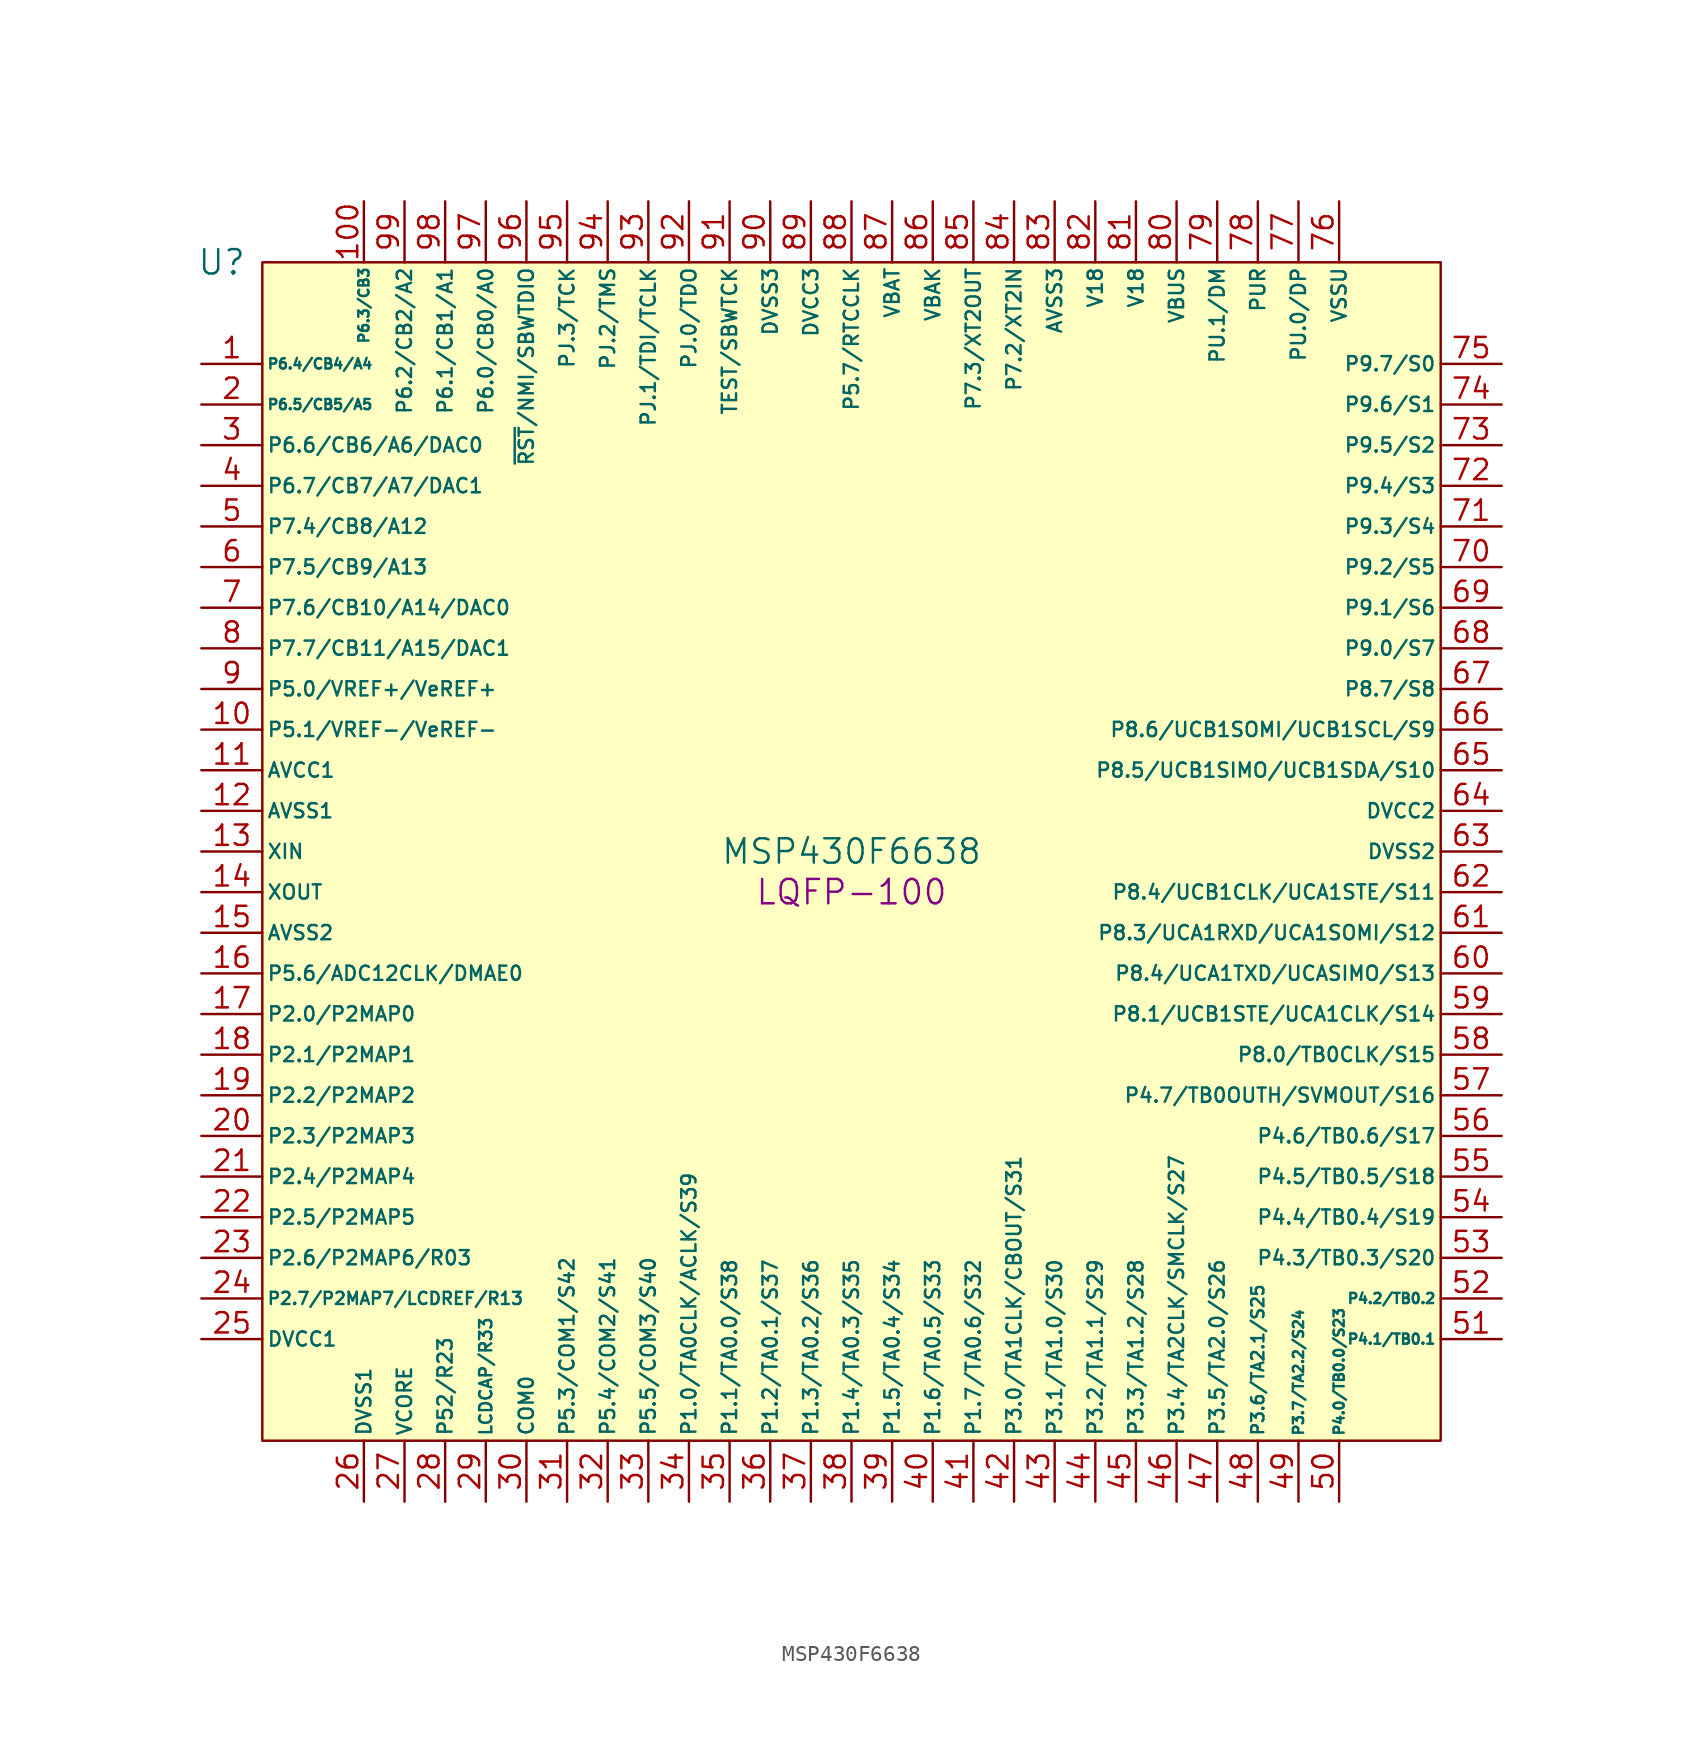
<source format=kicad_sym>
(kicad_symbol_lib
  (version 20220914)
  (generator kicad_symbol_editor)
  (symbol "MSP430F6638"
    (pin_names
      (offset 0.254))
    (property "Reference" "U"
      (at -39.37 36.83 0)
      (effects (font (size 1.524 1.524))))
    (property "Value" "MSP430F6638"
      (at 0 0 0)
      (effects (font (size 1.524 1.524))))
    (property "Footprint" "LQFP-100"
      (at 0 -2.54 0)
      (effects (font (size 1.524 1.524))))
    (property "Datasheet" ""
      (at 0 0 0)
      (effects (font (size 1.524 1.524))))
    (symbol "MSP430F6638_0_1"
      (rectangle (start -36.83 -36.83) (end 36.83 36.83) (stroke (width 0) (type default)) (fill (type background))))
    (symbol "MSP430F6638_1_1"
      (pin input line (at -40.64 30.48 0) (length 3.81) (name "P6.4/CB4/A4" (effects (font (size 0.635 0.635)))) (number "1" (effects (font (size 1.27 1.27)))))
      (pin input line (at -40.64 7.62 0) (length 3.81) (name "P5.1/VREF-/VeREF-" (effects (font (size 0.889 0.889)))) (number "10" (effects (font (size 1.27 1.27)))))
      (pin input line (at -30.48 40.64 270) (length 3.81) (name "P6.3/CB3" (effects (font (size 0.635 0.635)))) (number "100" (effects (font (size 1.27 1.27)))))
      (pin input line (at -40.64 5.08 0) (length 3.81) (name "AVCC1" (effects (font (size 0.889 0.889)))) (number "11" (effects (font (size 1.27 1.27)))))
      (pin input line (at -40.64 2.54 0) (length 3.81) (name "AVSS1" (effects (font (size 0.889 0.889)))) (number "12" (effects (font (size 1.27 1.27)))))
      (pin input line (at -40.64 0 0) (length 3.81) (name "XIN" (effects (font (size 0.889 0.889)))) (number "13" (effects (font (size 1.27 1.27)))))
      (pin input line (at -40.64 -2.54 0) (length 3.81) (name "XOUT" (effects (font (size 0.889 0.889)))) (number "14" (effects (font (size 1.27 1.27)))))
      (pin input line (at -40.64 -5.08 0) (length 3.81) (name "AVSS2" (effects (font (size 0.889 0.889)))) (number "15" (effects (font (size 1.27 1.27)))))
      (pin input line (at -40.64 -7.62 0) (length 3.81) (name "P5.6/ADC12CLK/DMAE0" (effects (font (size 0.889 0.889)))) (number "16" (effects (font (size 1.27 1.27)))))
      (pin input line (at -40.64 -10.16 0) (length 3.81) (name "P2.0/P2MAP0" (effects (font (size 0.889 0.889)))) (number "17" (effects (font (size 1.27 1.27)))))
      (pin input line (at -40.64 -12.7 0) (length 3.81) (name "P2.1/P2MAP1" (effects (font (size 0.889 0.889)))) (number "18" (effects (font (size 1.27 1.27)))))
      (pin input line (at -40.64 -15.24 0) (length 3.81) (name "P2.2/P2MAP2" (effects (font (size 0.889 0.889)))) (number "19" (effects (font (size 1.27 1.27)))))
      (pin input line (at -40.64 27.94 0) (length 3.81) (name "P6.5/CB5/A5" (effects (font (size 0.635 0.635)))) (number "2" (effects (font (size 1.27 1.27)))))
      (pin input line (at -40.64 -17.78 0) (length 3.81) (name "P2.3/P2MAP3" (effects (font (size 0.889 0.889)))) (number "20" (effects (font (size 1.27 1.27)))))
      (pin input line (at -40.64 -20.32 0) (length 3.81) (name "P2.4/P2MAP4" (effects (font (size 0.889 0.889)))) (number "21" (effects (font (size 1.27 1.27)))))
      (pin input line (at -40.64 -22.86 0) (length 3.81) (name "P2.5/P2MAP5" (effects (font (size 0.889 0.889)))) (number "22" (effects (font (size 1.27 1.27)))))
      (pin input line (at -40.64 -25.4 0) (length 3.81) (name "P2.6/P2MAP6/R03" (effects (font (size 0.889 0.889)))) (number "23" (effects (font (size 1.27 1.27)))))
      (pin input line (at -40.64 -27.94 0) (length 3.81) (name "P2.7/P2MAP7/LCDREF/R13" (effects (font (size 0.762 0.762)))) (number "24" (effects (font (size 1.27 1.27)))))
      (pin input line (at -40.64 -30.48 0) (length 3.81) (name "DVCC1" (effects (font (size 0.889 0.889)))) (number "25" (effects (font (size 1.27 1.27)))))
      (pin input line (at -30.48 -40.64 90) (length 3.81) (name "DVSS1" (effects (font (size 0.889 0.889)))) (number "26" (effects (font (size 1.27 1.27)))))
      (pin input line (at -27.94 -40.64 90) (length 3.81) (name "VCORE" (effects (font (size 0.889 0.889)))) (number "27" (effects (font (size 1.27 1.27)))))
      (pin input line (at -25.4 -40.64 90) (length 3.81) (name "P52/R23" (effects (font (size 0.889 0.889)))) (number "28" (effects (font (size 1.27 1.27)))))
      (pin input line (at -22.86 -40.64 90) (length 3.81) (name "LCDCAP/R33" (effects (font (size 0.762 0.762)))) (number "29" (effects (font (size 1.27 1.27)))))
      (pin input line (at -40.64 25.4 0) (length 3.81) (name "P6.6/CB6/A6/DAC0" (effects (font (size 0.889 0.889)))) (number "3" (effects (font (size 1.27 1.27)))))
      (pin input line (at -20.32 -40.64 90) (length 3.81) (name "COM0" (effects (font (size 0.889 0.889)))) (number "30" (effects (font (size 1.27 1.27)))))
      (pin input line (at -17.78 -40.64 90) (length 3.81) (name "P5.3/COM1/S42" (effects (font (size 0.889 0.889)))) (number "31" (effects (font (size 1.27 1.27)))))
      (pin input line (at -15.24 -40.64 90) (length 3.81) (name "P5.4/COM2/S41" (effects (font (size 0.889 0.889)))) (number "32" (effects (font (size 1.27 1.27)))))
      (pin input line (at -12.7 -40.64 90) (length 3.81) (name "P5.5/COM3/S40" (effects (font (size 0.889 0.889)))) (number "33" (effects (font (size 1.27 1.27)))))
      (pin input line (at -10.16 -40.64 90) (length 3.81) (name "P1.0/TA0CLK/ACLK/S39" (effects (font (size 0.889 0.889)))) (number "34" (effects (font (size 1.27 1.27)))))
      (pin input line (at -7.62 -40.64 90) (length 3.81) (name "P1.1/TA0.0/S38" (effects (font (size 0.889 0.889)))) (number "35" (effects (font (size 1.27 1.27)))))
      (pin input line (at -5.08 -40.64 90) (length 3.81) (name "P1.2/TA0.1/S37" (effects (font (size 0.889 0.889)))) (number "36" (effects (font (size 1.27 1.27)))))
      (pin input line (at -2.54 -40.64 90) (length 3.81) (name "P1.3/TA0.2/S36" (effects (font (size 0.889 0.889)))) (number "37" (effects (font (size 1.27 1.27)))))
      (pin input line (at 0 -40.64 90) (length 3.81) (name "P1.4/TA0.3/S35" (effects (font (size 0.889 0.889)))) (number "38" (effects (font (size 1.27 1.27)))))
      (pin input line (at 2.54 -40.64 90) (length 3.81) (name "P1.5/TA0.4/S34" (effects (font (size 0.889 0.889)))) (number "39" (effects (font (size 1.27 1.27)))))
      (pin input line (at -40.64 22.86 0) (length 3.81) (name "P6.7/CB7/A7/DAC1" (effects (font (size 0.889 0.889)))) (number "4" (effects (font (size 1.27 1.27)))))
      (pin input line (at 5.08 -40.64 90) (length 3.81) (name "P1.6/TA0.5/S33" (effects (font (size 0.889 0.889)))) (number "40" (effects (font (size 1.27 1.27)))))
      (pin input line (at 7.62 -40.64 90) (length 3.81) (name "P1.7/TA0.6/S32" (effects (font (size 0.889 0.889)))) (number "41" (effects (font (size 1.27 1.27)))))
      (pin input line (at 10.16 -40.64 90) (length 3.81) (name "P3.0/TA1CLK/CBOUT/S31" (effects (font (size 0.889 0.889)))) (number "42" (effects (font (size 1.27 1.27)))))
      (pin input line (at 12.7 -40.64 90) (length 3.81) (name "P3.1/TA1.0/S30" (effects (font (size 0.889 0.889)))) (number "43" (effects (font (size 1.27 1.27)))))
      (pin input line (at 15.24 -40.64 90) (length 3.81) (name "P3.2/TA1.1/S29" (effects (font (size 0.889 0.889)))) (number "44" (effects (font (size 1.27 1.27)))))
      (pin input line (at 17.78 -40.64 90) (length 3.81) (name "P3.3/TA1.2/S28" (effects (font (size 0.889 0.889)))) (number "45" (effects (font (size 1.27 1.27)))))
      (pin input line (at 20.32 -40.64 90) (length 3.81) (name "P3.4/TA2CLK/SMCLK/S27" (effects (font (size 0.889 0.889)))) (number "46" (effects (font (size 1.27 1.27)))))
      (pin input line (at 22.86 -40.64 90) (length 3.81) (name "P3.5/TA2.0/S26" (effects (font (size 0.889 0.889)))) (number "47" (effects (font (size 1.27 1.27)))))
      (pin input line (at 25.4 -40.64 90) (length 3.81) (name "P3.6/TA2.1/S25" (effects (font (size 0.762 0.762)))) (number "48" (effects (font (size 1.27 1.27)))))
      (pin input line (at 27.94 -40.64 90) (length 3.81) (name "P3.7/TA2.2/S24" (effects (font (size 0.635 0.635)))) (number "49" (effects (font (size 1.27 1.27)))))
      (pin input line (at -40.64 20.32 0) (length 3.81) (name "P7.4/CB8/A12" (effects (font (size 0.889 0.889)))) (number "5" (effects (font (size 1.27 1.27)))))
      (pin input line (at 30.48 -40.64 90) (length 3.81) (name "P4.0/TB0.0/S23" (effects (font (size 0.635 0.635)))) (number "50" (effects (font (size 1.27 1.27)))))
      (pin input line (at 40.64 -30.48 180) (length 3.81) (name "P4.1/TB0.1" (effects (font (size 0.635 0.635)))) (number "51" (effects (font (size 1.27 1.27)))))
      (pin input line (at 40.64 -27.94 180) (length 3.81) (name "P4.2/TB0.2" (effects (font (size 0.635 0.635)))) (number "52" (effects (font (size 1.27 1.27)))))
      (pin input line (at 40.64 -25.4 180) (length 3.81) (name "P4.3/TB0.3/S20" (effects (font (size 0.889 0.889)))) (number "53" (effects (font (size 1.27 1.27)))))
      (pin input line (at 40.64 -22.86 180) (length 3.81) (name "P4.4/TB0.4/S19" (effects (font (size 0.889 0.889)))) (number "54" (effects (font (size 1.27 1.27)))))
      (pin input line (at 40.64 -20.32 180) (length 3.81) (name "P4.5/TB0.5/S18" (effects (font (size 0.889 0.889)))) (number "55" (effects (font (size 1.27 1.27)))))
      (pin input line (at 40.64 -17.78 180) (length 3.81) (name "P4.6/TB0.6/S17" (effects (font (size 0.889 0.889)))) (number "56" (effects (font (size 1.27 1.27)))))
      (pin input line (at 40.64 -15.24 180) (length 3.81) (name "P4.7/TB0OUTH/SVMOUT/S16" (effects (font (size 0.889 0.889)))) (number "57" (effects (font (size 1.27 1.27)))))
      (pin input line (at 40.64 -12.7 180) (length 3.81) (name "P8.0/TB0CLK/S15" (effects (font (size 0.889 0.889)))) (number "58" (effects (font (size 1.27 1.27)))))
      (pin input line (at 40.64 -10.16 180) (length 3.81) (name "P8.1/UCB1STE/UCA1CLK/S14" (effects (font (size 0.889 0.889)))) (number "59" (effects (font (size 1.27 1.27)))))
      (pin input line (at -40.64 17.78 0) (length 3.81) (name "P7.5/CB9/A13" (effects (font (size 0.889 0.889)))) (number "6" (effects (font (size 1.27 1.27)))))
      (pin input line (at 40.64 -7.62 180) (length 3.81) (name "P8.4/UCA1TXD/UCASIMO/S13" (effects (font (size 0.889 0.889)))) (number "60" (effects (font (size 1.27 1.27)))))
      (pin input line (at 40.64 -5.08 180) (length 3.81) (name "P8.3/UCA1RXD/UCA1SOMI/S12" (effects (font (size 0.889 0.889)))) (number "61" (effects (font (size 1.27 1.27)))))
      (pin input line (at 40.64 -2.54 180) (length 3.81) (name "P8.4/UCB1CLK/UCA1STE/S11" (effects (font (size 0.889 0.889)))) (number "62" (effects (font (size 1.27 1.27)))))
      (pin input line (at 40.64 0 180) (length 3.81) (name "DVSS2" (effects (font (size 0.889 0.889)))) (number "63" (effects (font (size 1.27 1.27)))))
      (pin input line (at 40.64 2.54 180) (length 3.81) (name "DVCC2" (effects (font (size 0.889 0.889)))) (number "64" (effects (font (size 1.27 1.27)))))
      (pin input line (at 40.64 5.08 180) (length 3.81) (name "P8.5/UCB1SIMO/UCB1SDA/S10" (effects (font (size 0.889 0.889)))) (number "65" (effects (font (size 1.27 1.27)))))
      (pin input line (at 40.64 7.62 180) (length 3.81) (name "P8.6/UCB1SOMI/UCB1SCL/S9" (effects (font (size 0.889 0.889)))) (number "66" (effects (font (size 1.27 1.27)))))
      (pin input line (at 40.64 10.16 180) (length 3.81) (name "P8.7/S8" (effects (font (size 0.889 0.889)))) (number "67" (effects (font (size 1.27 1.27)))))
      (pin input line (at 40.64 12.7 180) (length 3.81) (name "P9.0/S7" (effects (font (size 0.889 0.889)))) (number "68" (effects (font (size 1.27 1.27)))))
      (pin input line (at 40.64 15.24 180) (length 3.81) (name "P9.1/S6" (effects (font (size 0.889 0.889)))) (number "69" (effects (font (size 1.27 1.27)))))
      (pin input line (at -40.64 15.24 0) (length 3.81) (name "P7.6/CB10/A14/DAC0" (effects (font (size 0.889 0.889)))) (number "7" (effects (font (size 1.27 1.27)))))
      (pin input line (at 40.64 17.78 180) (length 3.81) (name "P9.2/S5" (effects (font (size 0.889 0.889)))) (number "70" (effects (font (size 1.27 1.27)))))
      (pin input line (at 40.64 20.32 180) (length 3.81) (name "P9.3/S4" (effects (font (size 0.889 0.889)))) (number "71" (effects (font (size 1.27 1.27)))))
      (pin input line (at 40.64 22.86 180) (length 3.81) (name "P9.4/S3" (effects (font (size 0.889 0.889)))) (number "72" (effects (font (size 1.27 1.27)))))
      (pin input line (at 40.64 25.4 180) (length 3.81) (name "P9.5/S2" (effects (font (size 0.889 0.889)))) (number "73" (effects (font (size 1.27 1.27)))))
      (pin input line (at 40.64 27.94 180) (length 3.81) (name "P9.6/S1" (effects (font (size 0.889 0.889)))) (number "74" (effects (font (size 1.27 1.27)))))
      (pin input line (at 40.64 30.48 180) (length 3.81) (name "P9.7/S0" (effects (font (size 0.889 0.889)))) (number "75" (effects (font (size 1.27 1.27)))))
      (pin input line (at 30.48 40.64 270) (length 3.81) (name "VSSU" (effects (font (size 0.889 0.889)))) (number "76" (effects (font (size 1.27 1.27)))))
      (pin input line (at 27.94 40.64 270) (length 3.81) (name "PU.0/DP" (effects (font (size 0.889 0.889)))) (number "77" (effects (font (size 1.27 1.27)))))
      (pin input line (at 25.4 40.64 270) (length 3.81) (name "PUR" (effects (font (size 0.889 0.889)))) (number "78" (effects (font (size 1.27 1.27)))))
      (pin input line (at 22.86 40.64 270) (length 3.81) (name "PU.1/DM" (effects (font (size 0.889 0.889)))) (number "79" (effects (font (size 1.27 1.27)))))
      (pin input line (at -40.64 12.7 0) (length 3.81) (name "P7.7/CB11/A15/DAC1" (effects (font (size 0.889 0.889)))) (number "8" (effects (font (size 1.27 1.27)))))
      (pin input line (at 20.32 40.64 270) (length 3.81) (name "VBUS" (effects (font (size 0.889 0.889)))) (number "80" (effects (font (size 1.27 1.27)))))
      (pin input line (at 17.78 40.64 270) (length 3.81) (name "V18" (effects (font (size 0.889 0.889)))) (number "81" (effects (font (size 1.27 1.27)))))
      (pin input line (at 15.24 40.64 270) (length 3.81) (name "V18" (effects (font (size 0.889 0.889)))) (number "82" (effects (font (size 1.27 1.27)))))
      (pin input line (at 12.7 40.64 270) (length 3.81) (name "AVSS3" (effects (font (size 0.889 0.889)))) (number "83" (effects (font (size 1.27 1.27)))))
      (pin input line (at 10.16 40.64 270) (length 3.81) (name "P7.2/XT2IN" (effects (font (size 0.889 0.889)))) (number "84" (effects (font (size 1.27 1.27)))))
      (pin input line (at 7.62 40.64 270) (length 3.81) (name "P7.3/XT2OUT" (effects (font (size 0.889 0.889)))) (number "85" (effects (font (size 1.27 1.27)))))
      (pin input line (at 5.08 40.64 270) (length 3.81) (name "VBAK" (effects (font (size 0.889 0.889)))) (number "86" (effects (font (size 1.27 1.27)))))
      (pin input line (at 2.54 40.64 270) (length 3.81) (name "VBAT" (effects (font (size 0.889 0.889)))) (number "87" (effects (font (size 1.27 1.27)))))
      (pin input line (at 0 40.64 270) (length 3.81) (name "P5.7/RTCCLK" (effects (font (size 0.889 0.889)))) (number "88" (effects (font (size 1.27 1.27)))))
      (pin input line (at -2.54 40.64 270) (length 3.81) (name "DVCC3" (effects (font (size 0.889 0.889)))) (number "89" (effects (font (size 1.27 1.27)))))
      (pin input line (at -40.64 10.16 0) (length 3.81) (name "P5.0/VREF+/VeREF+" (effects (font (size 0.889 0.889)))) (number "9" (effects (font (size 1.27 1.27)))))
      (pin input line (at -5.08 40.64 270) (length 3.81) (name "DVSS3" (effects (font (size 0.889 0.889)))) (number "90" (effects (font (size 1.27 1.27)))))
      (pin input line (at -7.62 40.64 270) (length 3.81) (name "TEST/SBWTCK" (effects (font (size 0.889 0.889)))) (number "91" (effects (font (size 1.27 1.27)))))
      (pin input line (at -10.16 40.64 270) (length 3.81) (name "PJ.0/TDO" (effects (font (size 0.889 0.889)))) (number "92" (effects (font (size 1.27 1.27)))))
      (pin input line (at -12.7 40.64 270) (length 3.81) (name "PJ.1/TDI/TCLK" (effects (font (size 0.889 0.889)))) (number "93" (effects (font (size 1.27 1.27)))))
      (pin input line (at -15.24 40.64 270) (length 3.81) (name "PJ.2/TMS" (effects (font (size 0.889 0.889)))) (number "94" (effects (font (size 1.27 1.27)))))
      (pin input line (at -17.78 40.64 270) (length 3.81) (name "PJ.3/TCK" (effects (font (size 0.889 0.889)))) (number "95" (effects (font (size 1.27 1.27)))))
      (pin input line (at -20.32 40.64 270) (length 3.81) (name "~{RST}/NMI/SBWTDIO" (effects (font (size 0.889 0.889)))) (number "96" (effects (font (size 1.27 1.27)))))
      (pin input line (at -22.86 40.64 270) (length 3.81) (name "P6.0/CB0/A0" (effects (font (size 0.889 0.889)))) (number "97" (effects (font (size 1.27 1.27)))))
      (pin input line (at -25.4 40.64 270) (length 3.81) (name "P6.1/CB1/A1" (effects (font (size 0.889 0.889)))) (number "98" (effects (font (size 1.27 1.27)))))
      (pin input line (at -27.94 40.64 270) (length 3.81) (name "P6.2/CB2/A2" (effects (font (size 0.889 0.889)))) (number "99" (effects (font (size 1.27 1.27))))))))
</source>
